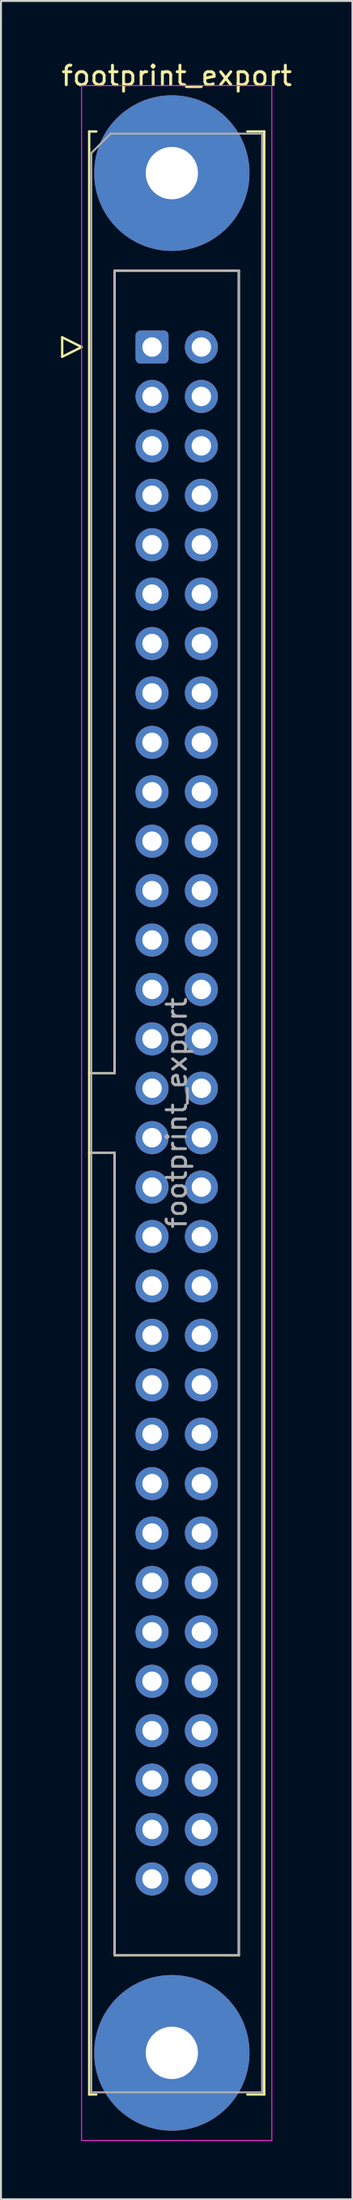
<source format=kicad_pcb>
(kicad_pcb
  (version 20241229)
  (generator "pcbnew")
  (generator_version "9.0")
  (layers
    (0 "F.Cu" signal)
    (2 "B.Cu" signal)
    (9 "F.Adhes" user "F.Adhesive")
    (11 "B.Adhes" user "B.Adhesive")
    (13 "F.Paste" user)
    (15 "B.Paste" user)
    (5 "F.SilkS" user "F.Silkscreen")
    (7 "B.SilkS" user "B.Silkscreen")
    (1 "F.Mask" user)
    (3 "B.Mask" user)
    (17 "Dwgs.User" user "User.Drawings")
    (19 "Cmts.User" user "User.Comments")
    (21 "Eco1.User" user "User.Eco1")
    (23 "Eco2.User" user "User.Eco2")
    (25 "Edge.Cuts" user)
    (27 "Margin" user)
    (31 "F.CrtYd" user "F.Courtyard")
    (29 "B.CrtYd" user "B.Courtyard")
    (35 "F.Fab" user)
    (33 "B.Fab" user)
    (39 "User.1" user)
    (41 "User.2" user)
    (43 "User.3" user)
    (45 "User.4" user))
  (footprint "footprint_export"
    (layer "F.Cu")
    (at 4.784 14.788)
    (property "Reference" "footprint_export" (at 1.27 -13.94 0) (layer "F.SilkS") (effects (font (size 1 1) (thickness 0.15))))
    (attr through_hole)
    (fp_line (start -4.63 -0.5) (end -4.63 0.5) (stroke (width 0.12) (type solid)) (layer "F.SilkS"))
    (fp_line (start -4.63 0.5) (end -3.63 0) (stroke (width 0.12) (type solid)) (layer "F.SilkS"))
    (fp_line (start -3.63 0) (end -4.63 -0.5) (stroke (width 0.12) (type solid)) (layer "F.SilkS"))
    (fp_line (start -3.24 -11.08) (end -3.24 89.82) (stroke (width 0.12) (type solid)) (layer "F.SilkS"))
    (fp_line (start -3.24 37.32) (end -1.93 37.32) (stroke (width 0.12) (type solid)) (layer "F.SilkS"))
    (fp_line (start -3.24 89.82) (end -2.87 89.82) (stroke (width 0.12) (type solid)) (layer "F.SilkS"))
    (fp_line (start -2.87 -11.08) (end -3.24 -11.08) (stroke (width 0.12) (type solid)) (layer "F.SilkS"))
    (fp_line (start -1.93 -3.92) (end 4.47 -3.92) (stroke (width 0.12) (type solid)) (layer "F.SilkS"))
    (fp_line (start -1.93 37.32) (end -1.93 -3.92) (stroke (width 0.12) (type solid)) (layer "F.SilkS"))
    (fp_line (start -1.93 41.42) (end -3.24 41.42) (stroke (width 0.12) (type solid)) (layer "F.SilkS"))
    (fp_line (start -1.93 41.42) (end -1.93 41.42) (stroke (width 0.12) (type solid)) (layer "F.SilkS"))
    (fp_line (start -1.93 82.66) (end -1.93 41.42) (stroke (width 0.12) (type solid)) (layer "F.SilkS"))
    (fp_line (start 4.47 -3.92) (end 4.47 82.66) (stroke (width 0.12) (type solid)) (layer "F.SilkS"))
    (fp_line (start 4.47 82.66) (end -1.93 82.66) (stroke (width 0.12) (type solid)) (layer "F.SilkS"))
    (fp_line (start 4.91 -11.08) (end 5.78 -11.08) (stroke (width 0.12) (type solid)) (layer "F.SilkS"))
    (fp_line (start 5.78 -11.08) (end 5.78 89.82) (stroke (width 0.12) (type solid)) (layer "F.SilkS"))
    (fp_line (start 5.78 89.82) (end 4.91 89.82) (stroke (width 0.12) (type solid)) (layer "F.SilkS"))
    (fp_line (start -3.63 -13.44) (end -3.63 92.18) (stroke (width 0.05) (type solid)) (layer "F.CrtYd"))
    (fp_line (start -3.63 92.18) (end 6.17 92.18) (stroke (width 0.05) (type solid)) (layer "F.CrtYd"))
    (fp_line (start 6.17 -13.44) (end -3.63 -13.44) (stroke (width 0.05) (type solid)) (layer "F.CrtYd"))
    (fp_line (start 6.17 92.18) (end 6.17 -13.44) (stroke (width 0.05) (type solid)) (layer "F.CrtYd"))
    (fp_line (start -3.13 -9.97) (end -2.13 -10.97) (stroke (width 0.1) (type solid)) (layer "F.Fab"))
    (fp_line (start -3.13 37.32) (end -1.93 37.32) (stroke (width 0.1) (type solid)) (layer "F.Fab"))
    (fp_line (start -3.13 89.71) (end -3.13 -9.97) (stroke (width 0.1) (type solid)) (layer "F.Fab"))
    (fp_line (start -2.13 -10.97) (end 5.67 -10.97) (stroke (width 0.1) (type solid)) (layer "F.Fab"))
    (fp_line (start -1.93 -3.92) (end 4.47 -3.92) (stroke (width 0.1) (type solid)) (layer "F.Fab"))
    (fp_line (start -1.93 37.32) (end -1.93 -3.92) (stroke (width 0.1) (type solid)) (layer "F.Fab"))
    (fp_line (start -1.93 41.42) (end -3.13 41.42) (stroke (width 0.1) (type solid)) (layer "F.Fab"))
    (fp_line (start -1.93 41.42) (end -1.93 41.42) (stroke (width 0.1) (type solid)) (layer "F.Fab"))
    (fp_line (start -1.93 82.66) (end -1.93 41.42) (stroke (width 0.1) (type solid)) (layer "F.Fab"))
    (fp_line (start 4.47 -3.92) (end 4.47 82.66) (stroke (width 0.1) (type solid)) (layer "F.Fab"))
    (fp_line (start 4.47 82.66) (end -1.93 82.66) (stroke (width 0.1) (type solid)) (layer "F.Fab"))
    (fp_line (start 5.67 -10.97) (end 5.67 89.71) (stroke (width 0.1) (type solid)) (layer "F.Fab"))
    (fp_line (start 5.67 89.71) (end -3.13 89.71) (stroke (width 0.1) (type solid)) (layer "F.Fab"))
    (fp_text user "${REFERENCE}" (at 1.27 39.37 90) (layer "F.Fab") (effects (font (size 1 1) (thickness 0.15))))
    (pad "1" thru_hole roundrect (at 0 0) (size 1.7 1.7) (drill 1) (layers "*.Cu" "*.Mask") (roundrect_rratio 0.147))
    (pad "2" thru_hole circle (at 2.54 0) (size 1.7 1.7) (drill 1) (layers "*.Cu" "*.Mask"))
    (pad "3" thru_hole circle (at 0 2.54) (size 1.7 1.7) (drill 1) (layers "*.Cu" "*.Mask"))
    (pad "4" thru_hole circle (at 2.54 2.54) (size 1.7 1.7) (drill 1) (layers "*.Cu" "*.Mask"))
    (pad "5" thru_hole circle (at 0 5.08) (size 1.7 1.7) (drill 1) (layers "*.Cu" "*.Mask"))
    (pad "6" thru_hole circle (at 2.54 5.08) (size 1.7 1.7) (drill 1) (layers "*.Cu" "*.Mask"))
    (pad "7" thru_hole circle (at 0 7.62) (size 1.7 1.7) (drill 1) (layers "*.Cu" "*.Mask"))
    (pad "8" thru_hole circle (at 2.54 7.62) (size 1.7 1.7) (drill 1) (layers "*.Cu" "*.Mask"))
    (pad "9" thru_hole circle (at 0 10.16) (size 1.7 1.7) (drill 1) (layers "*.Cu" "*.Mask"))
    (pad "10" thru_hole circle (at 2.54 10.16) (size 1.7 1.7) (drill 1) (layers "*.Cu" "*.Mask"))
    (pad "11" thru_hole circle (at 0 12.7) (size 1.7 1.7) (drill 1) (layers "*.Cu" "*.Mask"))
    (pad "12" thru_hole circle (at 2.54 12.7) (size 1.7 1.7) (drill 1) (layers "*.Cu" "*.Mask"))
    (pad "13" thru_hole circle (at 0 15.24) (size 1.7 1.7) (drill 1) (layers "*.Cu" "*.Mask"))
    (pad "14" thru_hole circle (at 2.54 15.24) (size 1.7 1.7) (drill 1) (layers "*.Cu" "*.Mask"))
    (pad "15" thru_hole circle (at 0 17.78) (size 1.7 1.7) (drill 1) (layers "*.Cu" "*.Mask"))
    (pad "16" thru_hole circle (at 2.54 17.78) (size 1.7 1.7) (drill 1) (layers "*.Cu" "*.Mask"))
    (pad "17" thru_hole circle (at 0 20.32) (size 1.7 1.7) (drill 1) (layers "*.Cu" "*.Mask"))
    (pad "18" thru_hole circle (at 2.54 20.32) (size 1.7 1.7) (drill 1) (layers "*.Cu" "*.Mask"))
    (pad "19" thru_hole circle (at 0 22.86) (size 1.7 1.7) (drill 1) (layers "*.Cu" "*.Mask"))
    (pad "20" thru_hole circle (at 2.54 22.86) (size 1.7 1.7) (drill 1) (layers "*.Cu" "*.Mask"))
    (pad "21" thru_hole circle (at 0 25.4) (size 1.7 1.7) (drill 1) (layers "*.Cu" "*.Mask"))
    (pad "22" thru_hole circle (at 2.54 25.4) (size 1.7 1.7) (drill 1) (layers "*.Cu" "*.Mask"))
    (pad "23" thru_hole circle (at 0 27.94) (size 1.7 1.7) (drill 1) (layers "*.Cu" "*.Mask"))
    (pad "24" thru_hole circle (at 2.54 27.94) (size 1.7 1.7) (drill 1) (layers "*.Cu" "*.Mask"))
    (pad "25" thru_hole circle (at 0 30.48) (size 1.7 1.7) (drill 1) (layers "*.Cu" "*.Mask"))
    (pad "26" thru_hole circle (at 2.54 30.48) (size 1.7 1.7) (drill 1) (layers "*.Cu" "*.Mask"))
    (pad "27" thru_hole circle (at 0 33.02) (size 1.7 1.7) (drill 1) (layers "*.Cu" "*.Mask"))
    (pad "28" thru_hole circle (at 2.54 33.02) (size 1.7 1.7) (drill 1) (layers "*.Cu" "*.Mask"))
    (pad "29" thru_hole circle (at 0 35.56) (size 1.7 1.7) (drill 1) (layers "*.Cu" "*.Mask"))
    (pad "30" thru_hole circle (at 2.54 35.56) (size 1.7 1.7) (drill 1) (layers "*.Cu" "*.Mask"))
    (pad "31" thru_hole circle (at 0 38.1) (size 1.7 1.7) (drill 1) (layers "*.Cu" "*.Mask"))
    (pad "32" thru_hole circle (at 2.54 38.1) (size 1.7 1.7) (drill 1) (layers "*.Cu" "*.Mask"))
    (pad "33" thru_hole circle (at 0 40.64) (size 1.7 1.7) (drill 1) (layers "*.Cu" "*.Mask"))
    (pad "34" thru_hole circle (at 2.54 40.64) (size 1.7 1.7) (drill 1) (layers "*.Cu" "*.Mask"))
    (pad "35" thru_hole circle (at 0 43.18) (size 1.7 1.7) (drill 1) (layers "*.Cu" "*.Mask"))
    (pad "36" thru_hole circle (at 2.54 43.18) (size 1.7 1.7) (drill 1) (layers "*.Cu" "*.Mask"))
    (pad "37" thru_hole circle (at 0 45.72) (size 1.7 1.7) (drill 1) (layers "*.Cu" "*.Mask"))
    (pad "38" thru_hole circle (at 2.54 45.72) (size 1.7 1.7) (drill 1) (layers "*.Cu" "*.Mask"))
    (pad "39" thru_hole circle (at 0 48.26) (size 1.7 1.7) (drill 1) (layers "*.Cu" "*.Mask"))
    (pad "40" thru_hole circle (at 2.54 48.26) (size 1.7 1.7) (drill 1) (layers "*.Cu" "*.Mask"))
    (pad "41" thru_hole circle (at 0 50.8) (size 1.7 1.7) (drill 1) (layers "*.Cu" "*.Mask"))
    (pad "42" thru_hole circle (at 2.54 50.8) (size 1.7 1.7) (drill 1) (layers "*.Cu" "*.Mask"))
    (pad "43" thru_hole circle (at 0 53.34) (size 1.7 1.7) (drill 1) (layers "*.Cu" "*.Mask"))
    (pad "44" thru_hole circle (at 2.54 53.34) (size 1.7 1.7) (drill 1) (layers "*.Cu" "*.Mask"))
    (pad "45" thru_hole circle (at 0 55.88) (size 1.7 1.7) (drill 1) (layers "*.Cu" "*.Mask"))
    (pad "46" thru_hole circle (at 2.54 55.88) (size 1.7 1.7) (drill 1) (layers "*.Cu" "*.Mask"))
    (pad "47" thru_hole circle (at 0 58.42) (size 1.7 1.7) (drill 1) (layers "*.Cu" "*.Mask"))
    (pad "48" thru_hole circle (at 2.54 58.42) (size 1.7 1.7) (drill 1) (layers "*.Cu" "*.Mask"))
    (pad "49" thru_hole circle (at 0 60.96) (size 1.7 1.7) (drill 1) (layers "*.Cu" "*.Mask"))
    (pad "50" thru_hole circle (at 2.54 60.96) (size 1.7 1.7) (drill 1) (layers "*.Cu" "*.Mask"))
    (pad "51" thru_hole circle (at 0 63.5) (size 1.7 1.7) (drill 1) (layers "*.Cu" "*.Mask"))
    (pad "52" thru_hole circle (at 2.54 63.5) (size 1.7 1.7) (drill 1) (layers "*.Cu" "*.Mask"))
    (pad "53" thru_hole circle (at 0 66.04) (size 1.7 1.7) (drill 1) (layers "*.Cu" "*.Mask"))
    (pad "54" thru_hole circle (at 2.54 66.04) (size 1.7 1.7) (drill 1) (layers "*.Cu" "*.Mask"))
    (pad "55" thru_hole circle (at 0 68.58) (size 1.7 1.7) (drill 1) (layers "*.Cu" "*.Mask"))
    (pad "56" thru_hole circle (at 2.54 68.58) (size 1.7 1.7) (drill 1) (layers "*.Cu" "*.Mask"))
    (pad "57" thru_hole circle (at 0 71.12) (size 1.7 1.7) (drill 1) (layers "*.Cu" "*.Mask"))
    (pad "58" thru_hole circle (at 2.54 71.12) (size 1.7 1.7) (drill 1) (layers "*.Cu" "*.Mask"))
    (pad "59" thru_hole circle (at 0 73.66) (size 1.7 1.7) (drill 1) (layers "*.Cu" "*.Mask"))
    (pad "60" thru_hole circle (at 2.54 73.66) (size 1.7 1.7) (drill 1) (layers "*.Cu" "*.Mask"))
    (pad "61" thru_hole circle (at 0 76.2) (size 1.7 1.7) (drill 1) (layers "*.Cu" "*.Mask"))
    (pad "62" thru_hole circle (at 2.54 76.2) (size 1.7 1.7) (drill 1) (layers "*.Cu" "*.Mask"))
    (pad "63" thru_hole circle (at 0 78.74) (size 1.7 1.7) (drill 1) (layers "*.Cu" "*.Mask"))
    (pad "64" thru_hole circle (at 2.54 78.74) (size 1.7 1.7) (drill 1) (layers "*.Cu" "*.Mask"))
    (pad "MP" thru_hole circle (at 1.02 -8.94) (size 8 8) (drill 2.69) (layers "*.Cu" "*.Mask"))
    (pad "MP" thru_hole circle (at 1.02 87.68) (size 8 8) (drill 2.69) (layers "*.Cu" "*.Mask")))
  (gr_rect
    (start -3 -3)
    (end 15.107 109.993)
    (stroke (width 0.1) (type default))
    (fill no)
    (layer "Edge.Cuts")))
</source>
